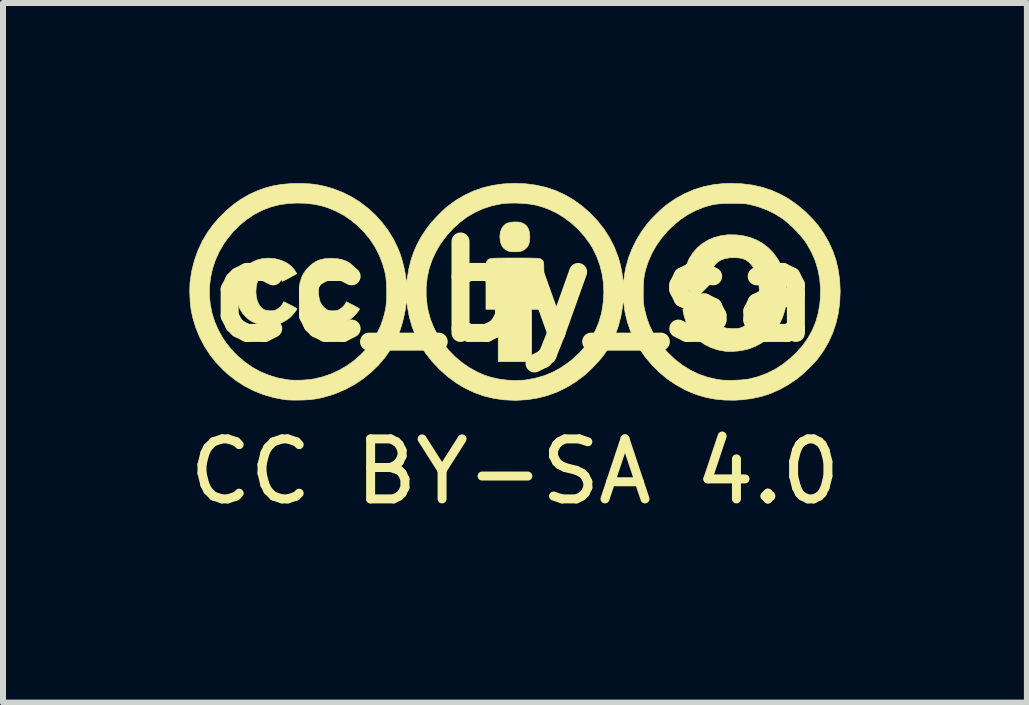
<source format=kicad_pcb>
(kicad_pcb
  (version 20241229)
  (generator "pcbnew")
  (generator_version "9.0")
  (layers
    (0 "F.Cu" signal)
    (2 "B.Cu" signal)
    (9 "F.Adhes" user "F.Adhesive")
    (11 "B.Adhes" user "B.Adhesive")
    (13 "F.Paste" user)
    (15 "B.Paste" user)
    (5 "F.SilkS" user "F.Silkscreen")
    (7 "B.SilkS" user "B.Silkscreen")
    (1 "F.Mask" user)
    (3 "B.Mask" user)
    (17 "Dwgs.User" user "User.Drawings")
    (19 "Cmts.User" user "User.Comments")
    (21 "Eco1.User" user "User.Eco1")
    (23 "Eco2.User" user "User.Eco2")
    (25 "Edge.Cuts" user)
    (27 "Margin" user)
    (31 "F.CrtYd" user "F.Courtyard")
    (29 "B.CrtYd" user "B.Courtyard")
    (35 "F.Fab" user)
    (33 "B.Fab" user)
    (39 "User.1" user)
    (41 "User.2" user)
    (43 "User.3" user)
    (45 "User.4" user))
  (footprint "cc_by_sa"
    (layer "F.Cu")
    (at 5.53 2.658)
    (property "Reference" "cc_by_sa" (at 0 -0.85 0) (layer "F.SilkS") (effects (font (size 1.524 1.524) (thickness 0.3))))
    (attr through_hole)
    (fp_poly (pts (xy 0.058 -2.008) (xy 0.104 -1.999) (xy 0.111 -1.997) (xy 0.162 -1.972) (xy 0.201 -1.935) (xy 0.228 -1.885) (xy 0.244 -1.824) (xy 0.248 -1.756) (xy 0.244 -1.69) (xy 0.23 -1.636) (xy 0.207 -1.594) (xy 0.173 -1.56) (xy 0.142 -1.54) (xy 0.119 -1.528) (xy 0.098 -1.521) (xy 0.073 -1.516) (xy 0.04 -1.514) (xy 0.013 -1.513) (xy -0.044 -1.513) (xy -0.085 -1.517) (xy -0.103 -1.522) (xy -0.156 -1.547) (xy -0.195 -1.58) (xy -0.223 -1.622) (xy -0.241 -1.677) (xy -0.246 -1.702) (xy -0.251 -1.771) (xy -0.244 -1.835) (xy -0.225 -1.892) (xy -0.196 -1.939) (xy -0.156 -1.975) (xy -0.14 -1.984) (xy -0.1 -1.998) (xy -0.05 -2.007) (xy 0.004 -2.01) (xy 0.058 -2.008)) (stroke (width 0.01) (type solid)) (fill yes) (layer "F.SilkS"))
    (fp_poly (pts (xy 0.096 -1.409) (xy 0.176 -1.409) (xy 0.243 -1.408) (xy 0.297 -1.407) (xy 0.34 -1.406) (xy 0.374 -1.404) (xy 0.4 -1.401) (xy 0.419 -1.397) (xy 0.433 -1.391) (xy 0.444 -1.385) (xy 0.453 -1.376) (xy 0.461 -1.367) (xy 0.465 -1.361) (xy 0.469 -1.356) (xy 0.472 -1.349) (xy 0.475 -1.34) (xy 0.478 -1.327) (xy 0.479 -1.309) (xy 0.481 -1.284) (xy 0.481 -1.25) (xy 0.482 -1.206) (xy 0.482 -1.151) (xy 0.483 -1.083) (xy 0.483 -1) (xy 0.483 -0.946) (xy 0.483 -0.554) (xy 0.279 -0.554) (xy 0.279 0.318) (xy -0.279 0.318) (xy -0.279 -0.554) (xy -0.483 -0.554) (xy -0.483 -0.946) (xy -0.483 -1.038) (xy -0.482 -1.114) (xy -0.482 -1.177) (xy -0.482 -1.227) (xy -0.481 -1.266) (xy -0.48 -1.296) (xy -0.479 -1.318) (xy -0.477 -1.333) (xy -0.474 -1.344) (xy -0.471 -1.352) (xy -0.467 -1.358) (xy -0.465 -1.361) (xy -0.456 -1.372) (xy -0.448 -1.381) (xy -0.439 -1.388) (xy -0.426 -1.394) (xy -0.409 -1.399) (xy -0.387 -1.402) (xy -0.357 -1.405) (xy -0.319 -1.407) (xy -0.27 -1.408) (xy -0.21 -1.408) (xy -0.136 -1.409) (xy -0.048 -1.409) (xy 0 -1.409) (xy 0.096 -1.409)) (stroke (width 0.01) (type solid)) (fill yes) (layer "F.SilkS"))
    (fp_poly (pts (xy -4.013 -1.4) (xy -3.996 -1.397) (xy -3.924 -1.379) (xy -3.854 -1.353) (xy -3.791 -1.32) (xy -3.743 -1.285) (xy -3.72 -1.263) (xy -3.696 -1.237) (xy -3.674 -1.209) (xy -3.655 -1.183) (xy -3.642 -1.161) (xy -3.637 -1.148) (xy -3.638 -1.146) (xy -3.648 -1.14) (xy -3.669 -1.128) (xy -3.701 -1.111) (xy -3.739 -1.091) (xy -3.76 -1.079) (xy -3.875 -1.019) (xy -3.884 -1.039) (xy -3.914 -1.086) (xy -3.955 -1.122) (xy -4.004 -1.147) (xy -4.059 -1.161) (xy -4.114 -1.161) (xy -4.169 -1.147) (xy -4.178 -1.143) (xy -4.223 -1.116) (xy -4.258 -1.08) (xy -4.284 -1.033) (xy -4.302 -0.975) (xy -4.311 -0.922) (xy -4.316 -0.842) (xy -4.31 -0.767) (xy -4.294 -0.699) (xy -4.268 -0.639) (xy -4.234 -0.59) (xy -4.191 -0.554) (xy -4.179 -0.548) (xy -4.149 -0.538) (xy -4.109 -0.531) (xy -4.065 -0.53) (xy -4.024 -0.532) (xy -4.001 -0.537) (xy -3.963 -0.554) (xy -3.925 -0.581) (xy -3.891 -0.615) (xy -3.869 -0.648) (xy -3.852 -0.681) (xy -3.742 -0.626) (xy -3.703 -0.606) (xy -3.67 -0.588) (xy -3.646 -0.574) (xy -3.633 -0.565) (xy -3.632 -0.563) (xy -3.638 -0.55) (xy -3.652 -0.528) (xy -3.673 -0.501) (xy -3.698 -0.471) (xy -3.723 -0.443) (xy -3.747 -0.42) (xy -3.751 -0.416) (xy -3.806 -0.375) (xy -3.871 -0.338) (xy -3.936 -0.31) (xy -3.954 -0.304) (xy -4.001 -0.294) (xy -4.059 -0.288) (xy -4.12 -0.286) (xy -4.179 -0.289) (xy -4.221 -0.295) (xy -4.297 -0.314) (xy -4.362 -0.34) (xy -4.42 -0.374) (xy -4.475 -0.419) (xy -4.478 -0.422) (xy -4.534 -0.483) (xy -4.577 -0.55) (xy -4.608 -0.625) (xy -4.628 -0.71) (xy -4.637 -0.807) (xy -4.637 -0.808) (xy -4.639 -0.866) (xy -4.638 -0.913) (xy -4.633 -0.956) (xy -4.628 -0.986) (xy -4.601 -1.078) (xy -4.562 -1.16) (xy -4.51 -1.232) (xy -4.448 -1.293) (xy -4.376 -1.341) (xy -4.295 -1.377) (xy -4.207 -1.399) (xy -4.113 -1.407) (xy -4.013 -1.4)) (stroke (width 0.01) (type solid)) (fill yes) (layer "F.SilkS"))
    (fp_poly (pts (xy -2.968 -1.399) (xy -2.887 -1.384) (xy -2.815 -1.359) (xy -2.751 -1.322) (xy -2.691 -1.273) (xy -2.68 -1.261) (xy -2.652 -1.232) (xy -2.628 -1.205) (xy -2.611 -1.182) (xy -2.605 -1.174) (xy -2.59 -1.147) (xy -2.665 -1.108) (xy -2.703 -1.087) (xy -2.741 -1.067) (xy -2.773 -1.049) (xy -2.783 -1.044) (xy -2.827 -1.02) (xy -2.852 -1.06) (xy -2.891 -1.106) (xy -2.936 -1.139) (xy -2.987 -1.158) (xy -3.04 -1.165) (xy -3.093 -1.158) (xy -3.144 -1.14) (xy -3.188 -1.109) (xy -3.225 -1.065) (xy -3.243 -1.032) (xy -3.255 -0.996) (xy -3.264 -0.95) (xy -3.271 -0.898) (xy -3.274 -0.847) (xy -3.272 -0.802) (xy -3.272 -0.799) (xy -3.261 -0.73) (xy -3.244 -0.674) (xy -3.218 -0.627) (xy -3.189 -0.592) (xy -3.15 -0.557) (xy -3.115 -0.539) (xy -3.111 -0.538) (xy -3.067 -0.53) (xy -3.016 -0.529) (xy -2.969 -0.534) (xy -2.953 -0.538) (xy -2.922 -0.553) (xy -2.887 -0.578) (xy -2.855 -0.608) (xy -2.831 -0.639) (xy -2.824 -0.651) (xy -2.81 -0.68) (xy -2.701 -0.625) (xy -2.662 -0.605) (xy -2.629 -0.587) (xy -2.605 -0.573) (xy -2.592 -0.563) (xy -2.591 -0.561) (xy -2.596 -0.546) (xy -2.612 -0.523) (xy -2.634 -0.495) (xy -2.661 -0.464) (xy -2.69 -0.434) (xy -2.7 -0.425) (xy -2.754 -0.382) (xy -2.819 -0.343) (xy -2.886 -0.313) (xy -2.913 -0.304) (xy -2.959 -0.294) (xy -3.017 -0.288) (xy -3.077 -0.286) (xy -3.136 -0.289) (xy -3.179 -0.295) (xy -3.271 -0.32) (xy -3.353 -0.359) (xy -3.425 -0.411) (xy -3.484 -0.475) (xy -3.532 -0.551) (xy -3.568 -0.638) (xy -3.574 -0.661) (xy -3.584 -0.712) (xy -3.591 -0.773) (xy -3.593 -0.839) (xy -3.592 -0.904) (xy -3.587 -0.963) (xy -3.578 -1.011) (xy -3.552 -1.092) (xy -3.516 -1.162) (xy -3.468 -1.225) (xy -3.439 -1.256) (xy -3.379 -1.31) (xy -3.318 -1.35) (xy -3.253 -1.378) (xy -3.182 -1.395) (xy -3.1 -1.403) (xy -3.061 -1.404) (xy -2.968 -1.399)) (stroke (width 0.01) (type solid)) (fill yes) (layer "F.SilkS"))
    (fp_poly (pts (xy 3.683 -1.795) (xy 3.808 -1.779) (xy 3.926 -1.749) (xy 4.035 -1.704) (xy 4.136 -1.646) (xy 4.227 -1.574) (xy 4.308 -1.49) (xy 4.377 -1.394) (xy 4.435 -1.286) (xy 4.481 -1.167) (xy 4.505 -1.079) (xy 4.514 -1.028) (xy 4.521 -0.966) (xy 4.526 -0.897) (xy 4.528 -0.826) (xy 4.528 -0.759) (xy 4.525 -0.699) (xy 4.522 -0.671) (xy 4.498 -0.545) (xy 4.462 -0.43) (xy 4.413 -0.324) (xy 4.349 -0.226) (xy 4.27 -0.133) (xy 4.255 -0.117) (xy 4.176 -0.044) (xy 4.096 0.014) (xy 4.011 0.06) (xy 3.917 0.097) (xy 3.877 0.11) (xy 3.802 0.127) (xy 3.719 0.14) (xy 3.635 0.147) (xy 3.555 0.148) (xy 3.493 0.143) (xy 3.376 0.121) (xy 3.268 0.084) (xy 3.168 0.035) (xy 3.078 -0.026) (xy 2.999 -0.1) (xy 2.932 -0.184) (xy 2.878 -0.278) (xy 2.874 -0.286) (xy 2.858 -0.325) (xy 2.841 -0.373) (xy 2.825 -0.424) (xy 2.812 -0.473) (xy 2.803 -0.515) (xy 2.801 -0.532) (xy 2.798 -0.558) (xy 3.246 -0.558) (xy 3.26 -0.494) (xy 3.28 -0.424) (xy 3.309 -0.368) (xy 3.348 -0.323) (xy 3.398 -0.287) (xy 3.424 -0.273) (xy 3.48 -0.251) (xy 3.54 -0.238) (xy 3.607 -0.233) (xy 3.662 -0.233) (xy 3.704 -0.235) (xy 3.735 -0.239) (xy 3.76 -0.245) (xy 3.786 -0.256) (xy 3.804 -0.264) (xy 3.872 -0.307) (xy 3.931 -0.364) (xy 3.979 -0.433) (xy 4.018 -0.516) (xy 4.046 -0.612) (xy 4.064 -0.72) (xy 4.069 -0.775) (xy 4.071 -0.882) (xy 4.062 -0.984) (xy 4.044 -1.079) (xy 4.016 -1.165) (xy 3.98 -1.24) (xy 3.936 -1.302) (xy 3.911 -1.328) (xy 3.87 -1.362) (xy 3.829 -1.386) (xy 3.783 -1.402) (xy 3.729 -1.411) (xy 3.67 -1.415) (xy 3.578 -1.413) (xy 3.497 -1.4) (xy 3.428 -1.374) (xy 3.37 -1.336) (xy 3.324 -1.286) (xy 3.287 -1.224) (xy 3.267 -1.171) (xy 3.259 -1.143) (xy 3.253 -1.121) (xy 3.251 -1.112) (xy 3.259 -1.108) (xy 3.28 -1.105) (xy 3.309 -1.104) (xy 3.317 -1.104) (xy 3.382 -1.104) (xy 3.023 -0.744) (xy 2.849 -0.918) (xy 2.805 -0.962) (xy 2.765 -1.003) (xy 2.73 -1.038) (xy 2.703 -1.067) (xy 2.684 -1.087) (xy 2.676 -1.097) (xy 2.675 -1.098) (xy 2.683 -1.101) (xy 2.704 -1.103) (xy 2.734 -1.104) (xy 2.743 -1.104) (xy 2.81 -1.104) (xy 2.819 -1.153) (xy 2.83 -1.2) (xy 2.847 -1.254) (xy 2.866 -1.31) (xy 2.887 -1.362) (xy 2.905 -1.401) (xy 2.964 -1.493) (xy 3.034 -1.575) (xy 3.116 -1.645) (xy 3.208 -1.703) (xy 3.309 -1.747) (xy 3.418 -1.778) (xy 3.533 -1.794) (xy 3.552 -1.796) (xy 3.683 -1.795)) (stroke (width 0.01) (type solid)) (fill yes) (layer "F.SilkS"))
    (fp_poly (pts (xy 3.784 -2.646) (xy 3.957 -2.624) (xy 4.122 -2.587) (xy 4.279 -2.536) (xy 4.429 -2.468) (xy 4.573 -2.386) (xy 4.711 -2.288) (xy 4.844 -2.174) (xy 4.904 -2.115) (xy 4.961 -2.055) (xy 5.009 -2.002) (xy 5.052 -1.95) (xy 5.092 -1.896) (xy 5.134 -1.835) (xy 5.141 -1.824) (xy 5.225 -1.68) (xy 5.294 -1.531) (xy 5.348 -1.376) (xy 5.386 -1.213) (xy 5.41 -1.043) (xy 5.419 -0.865) (xy 5.419 -0.846) (xy 5.411 -0.665) (xy 5.388 -0.491) (xy 5.349 -0.324) (xy 5.296 -0.165) (xy 5.227 -0.012) (xy 5.143 0.133) (xy 5.044 0.27) (xy 5.031 0.287) (xy 4.991 0.333) (xy 4.941 0.385) (xy 4.885 0.44) (xy 4.827 0.495) (xy 4.77 0.545) (xy 4.719 0.588) (xy 4.699 0.603) (xy 4.556 0.7) (xy 4.411 0.781) (xy 4.263 0.847) (xy 4.11 0.897) (xy 3.95 0.932) (xy 3.783 0.953) (xy 3.668 0.96) (xy 3.5 0.958) (xy 3.341 0.943) (xy 3.189 0.915) (xy 3.041 0.872) (xy 2.895 0.815) (xy 2.828 0.783) (xy 2.678 0.7) (xy 2.537 0.604) (xy 2.406 0.495) (xy 2.286 0.376) (xy 2.177 0.248) (xy 2.08 0.111) (xy 1.997 -0.034) (xy 1.928 -0.185) (xy 1.874 -0.341) (xy 1.841 -0.473) (xy 1.832 -0.522) (xy 1.824 -0.575) (xy 1.818 -0.623) (xy 1.815 -0.651) (xy 1.809 -0.727) (xy 1.794 -0.609) (xy 1.765 -0.438) (xy 1.724 -0.278) (xy 1.669 -0.127) (xy 1.6 0.017) (xy 1.517 0.153) (xy 1.472 0.217) (xy 1.437 0.261) (xy 1.392 0.313) (xy 1.341 0.368) (xy 1.287 0.424) (xy 1.233 0.476) (xy 1.183 0.522) (xy 1.147 0.553) (xy 1.003 0.66) (xy 0.854 0.75) (xy 0.701 0.824) (xy 0.542 0.882) (xy 0.378 0.924) (xy 0.208 0.951) (xy 0.031 0.962) (xy -0.005 0.962) (xy -0.181 0.954) (xy -0.351 0.93) (xy -0.514 0.891) (xy -0.672 0.835) (xy -0.824 0.764) (xy -0.971 0.677) (xy -1.112 0.574) (xy -1.247 0.455) (xy -1.256 0.446) (xy -1.379 0.317) (xy -1.485 0.182) (xy -1.576 0.041) (xy -1.652 -0.107) (xy -1.713 -0.262) (xy -1.76 -0.426) (xy -1.792 -0.599) (xy -1.794 -0.614) (xy -1.8 -0.654) (xy -1.805 -0.682) (xy -1.809 -0.695) (xy -1.811 -0.694) (xy -1.811 -0.689) (xy -1.816 -0.629) (xy -1.826 -0.557) (xy -1.841 -0.477) (xy -1.86 -0.394) (xy -1.882 -0.311) (xy -1.906 -0.232) (xy -1.927 -0.173) (xy -1.994 -0.023) (xy -2.076 0.119) (xy -2.171 0.254) (xy -2.279 0.38) (xy -2.399 0.496) (xy -2.53 0.602) (xy -2.671 0.696) (xy -2.82 0.777) (xy -2.977 0.844) (xy -3.045 0.869) (xy -3.145 0.899) (xy -3.238 0.923) (xy -3.329 0.94) (xy -3.424 0.951) (xy -3.527 0.957) (xy -3.586 0.958) (xy -3.674 0.959) (xy -3.747 0.957) (xy -3.806 0.954) (xy -3.844 0.95) (xy -4.021 0.916) (xy -4.19 0.867) (xy -4.351 0.803) (xy -4.504 0.725) (xy -4.65 0.631) (xy -4.788 0.522) (xy -4.85 0.466) (xy -4.972 0.34) (xy -5.08 0.204) (xy -5.175 0.058) (xy -5.255 -0.095) (xy -5.32 -0.255) (xy -5.37 -0.422) (xy -5.394 -0.536) (xy -5.403 -0.6) (xy -5.411 -0.677) (xy -5.415 -0.759) (xy -5.416 -0.783) (xy -5.091 -0.783) (xy -5.076 -0.634) (xy -5.047 -0.487) (xy -5.001 -0.344) (xy -4.944 -0.214) (xy -4.882 -0.099) (xy -4.814 0.004) (xy -4.737 0.1) (xy -4.649 0.195) (xy -4.626 0.217) (xy -4.504 0.322) (xy -4.375 0.412) (xy -4.239 0.487) (xy -4.095 0.546) (xy -3.944 0.591) (xy -3.787 0.619) (xy -3.751 0.624) (xy -3.695 0.627) (xy -3.627 0.628) (xy -3.553 0.626) (xy -3.479 0.621) (xy -3.408 0.614) (xy -3.352 0.606) (xy -3.204 0.571) (xy -3.061 0.522) (xy -2.925 0.459) (xy -2.795 0.383) (xy -2.675 0.296) (xy -2.564 0.198) (xy -2.463 0.09) (xy -2.374 -0.027) (xy -2.298 -0.151) (xy -2.236 -0.283) (xy -2.189 -0.42) (xy -2.182 -0.448) (xy -2.168 -0.506) (xy -2.157 -0.556) (xy -2.149 -0.603) (xy -2.144 -0.65) (xy -2.14 -0.701) (xy -2.138 -0.761) (xy -2.138 -0.775) (xy -1.479 -0.775) (xy -1.463 -0.618) (xy -1.446 -0.529) (xy -1.408 -0.388) (xy -1.353 -0.251) (xy -1.284 -0.119) (xy -1.202 0.006) (xy -1.107 0.124) (xy -1.002 0.232) (xy -0.886 0.331) (xy -0.761 0.417) (xy -0.629 0.49) (xy -0.512 0.542) (xy -0.396 0.579) (xy -0.27 0.607) (xy -0.139 0.625) (xy -0.007 0.632) (xy 0.122 0.628) (xy 0.178 0.623) (xy 0.334 0.595) (xy 0.482 0.553) (xy 0.624 0.496) (xy 0.76 0.422) (xy 0.89 0.333) (xy 0.953 0.283) (xy 1.072 0.173) (xy 1.176 0.057) (xy 1.264 -0.065) (xy 1.337 -0.194) (xy 1.395 -0.329) (xy 1.437 -0.472) (xy 1.448 -0.519) (xy 1.472 -0.68) (xy 1.481 -0.84) (xy 1.48 -0.85) (xy 2.138 -0.85) (xy 2.138 -0.784) (xy 2.139 -0.732) (xy 2.14 -0.69) (xy 2.143 -0.655) (xy 2.147 -0.622) (xy 2.152 -0.59) (xy 2.157 -0.564) (xy 2.193 -0.42) (xy 2.242 -0.285) (xy 2.303 -0.157) (xy 2.379 -0.035) (xy 2.471 0.083) (xy 2.548 0.169) (xy 2.667 0.282) (xy 2.793 0.379) (xy 2.925 0.46) (xy 3.063 0.527) (xy 3.208 0.577) (xy 3.36 0.612) (xy 3.434 0.623) (xy 3.484 0.627) (xy 3.546 0.629) (xy 3.615 0.629) (xy 3.688 0.627) (xy 3.759 0.623) (xy 3.824 0.617) (xy 3.879 0.61) (xy 3.898 0.607) (xy 4.048 0.569) (xy 4.191 0.516) (xy 4.329 0.448) (xy 4.46 0.364) (xy 4.586 0.264) (xy 4.692 0.164) (xy 4.794 0.05) (xy 4.881 -0.073) (xy 4.953 -0.202) (xy 5.01 -0.339) (xy 5.052 -0.484) (xy 5.079 -0.638) (xy 5.088 -0.735) (xy 5.091 -0.9) (xy 5.078 -1.059) (xy 5.049 -1.212) (xy 5.005 -1.36) (xy 4.944 -1.501) (xy 4.868 -1.636) (xy 4.828 -1.697) (xy 4.79 -1.745) (xy 4.743 -1.8) (xy 4.688 -1.859) (xy 4.63 -1.918) (xy 4.571 -1.973) (xy 4.515 -2.021) (xy 4.466 -2.06) (xy 4.462 -2.063) (xy 4.33 -2.146) (xy 4.189 -2.214) (xy 4.041 -2.268) (xy 3.92 -2.299) (xy 3.89 -2.305) (xy 3.863 -2.31) (xy 3.835 -2.313) (xy 3.803 -2.316) (xy 3.764 -2.317) (xy 3.716 -2.318) (xy 3.655 -2.318) (xy 3.615 -2.319) (xy 3.532 -2.318) (xy 3.462 -2.316) (xy 3.402 -2.312) (xy 3.349 -2.306) (xy 3.298 -2.298) (xy 3.248 -2.286) (xy 3.194 -2.27) (xy 3.145 -2.255) (xy 3.014 -2.203) (xy 2.886 -2.136) (xy 2.764 -2.055) (xy 2.648 -1.961) (xy 2.541 -1.857) (xy 2.444 -1.743) (xy 2.358 -1.621) (xy 2.284 -1.493) (xy 2.225 -1.359) (xy 2.206 -1.306) (xy 2.185 -1.239) (xy 2.168 -1.179) (xy 2.156 -1.124) (xy 2.148 -1.067) (xy 2.142 -1.006) (xy 2.139 -0.936) (xy 2.138 -0.854) (xy 2.138 -0.85) (xy 1.48 -0.85) (xy 1.474 -0.996) (xy 1.451 -1.149) (xy 1.413 -1.298) (xy 1.36 -1.44) (xy 1.293 -1.576) (xy 1.247 -1.65) (xy 1.157 -1.772) (xy 1.057 -1.885) (xy 0.946 -1.987) (xy 0.827 -2.077) (xy 0.702 -2.155) (xy 0.571 -2.218) (xy 0.437 -2.267) (xy 0.334 -2.293) (xy 0.232 -2.31) (xy 0.121 -2.32) (xy 0.007 -2.325) (xy -0.105 -2.323) (xy -0.208 -2.314) (xy -0.231 -2.311) (xy -0.382 -2.28) (xy -0.527 -2.233) (xy -0.665 -2.171) (xy -0.797 -2.094) (xy -0.921 -2.001) (xy -1.03 -1.902) (xy -1.14 -1.78) (xy -1.236 -1.652) (xy -1.316 -1.517) (xy -1.381 -1.377) (xy -1.43 -1.232) (xy -1.462 -1.083) (xy -1.479 -0.931) (xy -1.479 -0.775) (xy -2.138 -0.775) (xy -2.138 -0.832) (xy -2.138 -0.846) (xy -2.139 -0.934) (xy -2.143 -1.01) (xy -2.149 -1.077) (xy -2.159 -1.141) (xy -2.174 -1.205) (xy -2.193 -1.273) (xy -2.206 -1.314) (xy -2.26 -1.455) (xy -2.329 -1.589) (xy -2.412 -1.716) (xy -2.507 -1.833) (xy -2.613 -1.941) (xy -2.729 -2.037) (xy -2.853 -2.122) (xy -2.986 -2.192) (xy -3.124 -2.249) (xy -3.23 -2.281) (xy -3.356 -2.306) (xy -3.492 -2.321) (xy -3.631 -2.325) (xy -3.771 -2.318) (xy -3.906 -2.3) (xy -3.94 -2.293) (xy -4.079 -2.256) (xy -4.215 -2.203) (xy -4.345 -2.135) (xy -4.469 -2.052) (xy -4.586 -1.956) (xy -4.695 -1.848) (xy -4.794 -1.727) (xy -4.851 -1.646) (xy -4.929 -1.512) (xy -4.992 -1.372) (xy -5.04 -1.228) (xy -5.072 -1.081) (xy -5.089 -0.932) (xy -5.091 -0.783) (xy -5.416 -0.783) (xy -5.418 -0.843) (xy -5.417 -0.923) (xy -5.414 -0.995) (xy -5.411 -1.028) (xy -5.383 -1.204) (xy -5.339 -1.373) (xy -5.281 -1.536) (xy -5.209 -1.69) (xy -5.125 -1.832) (xy -5.032 -1.96) (xy -4.928 -2.081) (xy -4.815 -2.194) (xy -4.694 -2.296) (xy -4.569 -2.385) (xy -4.441 -2.46) (xy -4.421 -2.47) (xy -4.291 -2.53) (xy -4.162 -2.576) (xy -4.031 -2.611) (xy -3.893 -2.635) (xy -3.746 -2.648) (xy -3.678 -2.651) (xy -3.537 -2.651) (xy -3.408 -2.644) (xy -3.285 -2.628) (xy -3.165 -2.603) (xy -3.042 -2.568) (xy -3.031 -2.564) (xy -2.875 -2.504) (xy -2.726 -2.43) (xy -2.584 -2.341) (xy -2.451 -2.24) (xy -2.327 -2.126) (xy -2.214 -2.002) (xy -2.113 -1.867) (xy -2.025 -1.724) (xy -1.951 -1.573) (xy -1.918 -1.491) (xy -1.894 -1.42) (xy -1.872 -1.342) (xy -1.851 -1.26) (xy -1.834 -1.179) (xy -1.821 -1.103) (xy -1.813 -1.036) (xy -1.811 -1) (xy -1.81 -0.994) (xy -1.807 -1.003) (xy -1.802 -1.026) (xy -1.797 -1.059) (xy -1.795 -1.07) (xy -1.768 -1.227) (xy -1.733 -1.371) (xy -1.688 -1.506) (xy -1.631 -1.635) (xy -1.563 -1.761) (xy -1.48 -1.886) (xy -1.449 -1.928) (xy -1.408 -1.98) (xy -1.358 -2.038) (xy -1.302 -2.099) (xy -1.244 -2.158) (xy -1.188 -2.212) (xy -1.137 -2.257) (xy -1.126 -2.266) (xy -0.987 -2.368) (xy -0.842 -2.454) (xy -0.69 -2.525) (xy -0.532 -2.58) (xy -0.367 -2.62) (xy -0.195 -2.644) (xy -0.016 -2.653) (xy 0 -2.653) (xy 0.18 -2.646) (xy 0.353 -2.623) (xy 0.518 -2.586) (xy 0.676 -2.533) (xy 0.828 -2.464) (xy 0.973 -2.38) (xy 1.112 -2.28) (xy 1.245 -2.165) (xy 1.26 -2.15) (xy 1.379 -2.024) (xy 1.485 -1.889) (xy 1.576 -1.746) (xy 1.653 -1.597) (xy 1.713 -1.442) (xy 1.718 -1.43) (xy 1.739 -1.36) (xy 1.757 -1.294) (xy 1.771 -1.225) (xy 1.785 -1.149) (xy 1.795 -1.074) (xy 1.801 -1.037) (xy 1.805 -1.011) (xy 1.809 -0.996) (xy 1.811 -0.997) (xy 1.811 -1) (xy 1.813 -1.035) (xy 1.819 -1.081) (xy 1.827 -1.134) (xy 1.836 -1.189) (xy 1.846 -1.242) (xy 1.854 -1.275) (xy 1.895 -1.42) (xy 1.953 -1.566) (xy 2.024 -1.71) (xy 2.108 -1.847) (xy 2.203 -1.977) (xy 2.206 -1.981) (xy 2.247 -2.028) (xy 2.297 -2.082) (xy 2.351 -2.137) (xy 2.408 -2.192) (xy 2.463 -2.242) (xy 2.513 -2.284) (xy 2.534 -2.301) (xy 2.678 -2.399) (xy 2.827 -2.481) (xy 2.981 -2.547) (xy 3.14 -2.597) (xy 3.305 -2.631) (xy 3.477 -2.65) (xy 3.603 -2.653) (xy 3.784 -2.646)) (stroke (width 0.01) (type solid)) (fill yes) (layer "F.SilkS"))
    (fp_text user "CC BY-SA 4.0" (at 0 2.15 0) (layer "F.SilkS") (effects (font (size 1 1) (thickness 0.15)))))
  (gr_rect
    (start -3 -3)
    (end 14.06 8.657)
    (stroke (width 0.1) (type default))
    (fill no)
    (layer "Edge.Cuts")))
</source>
